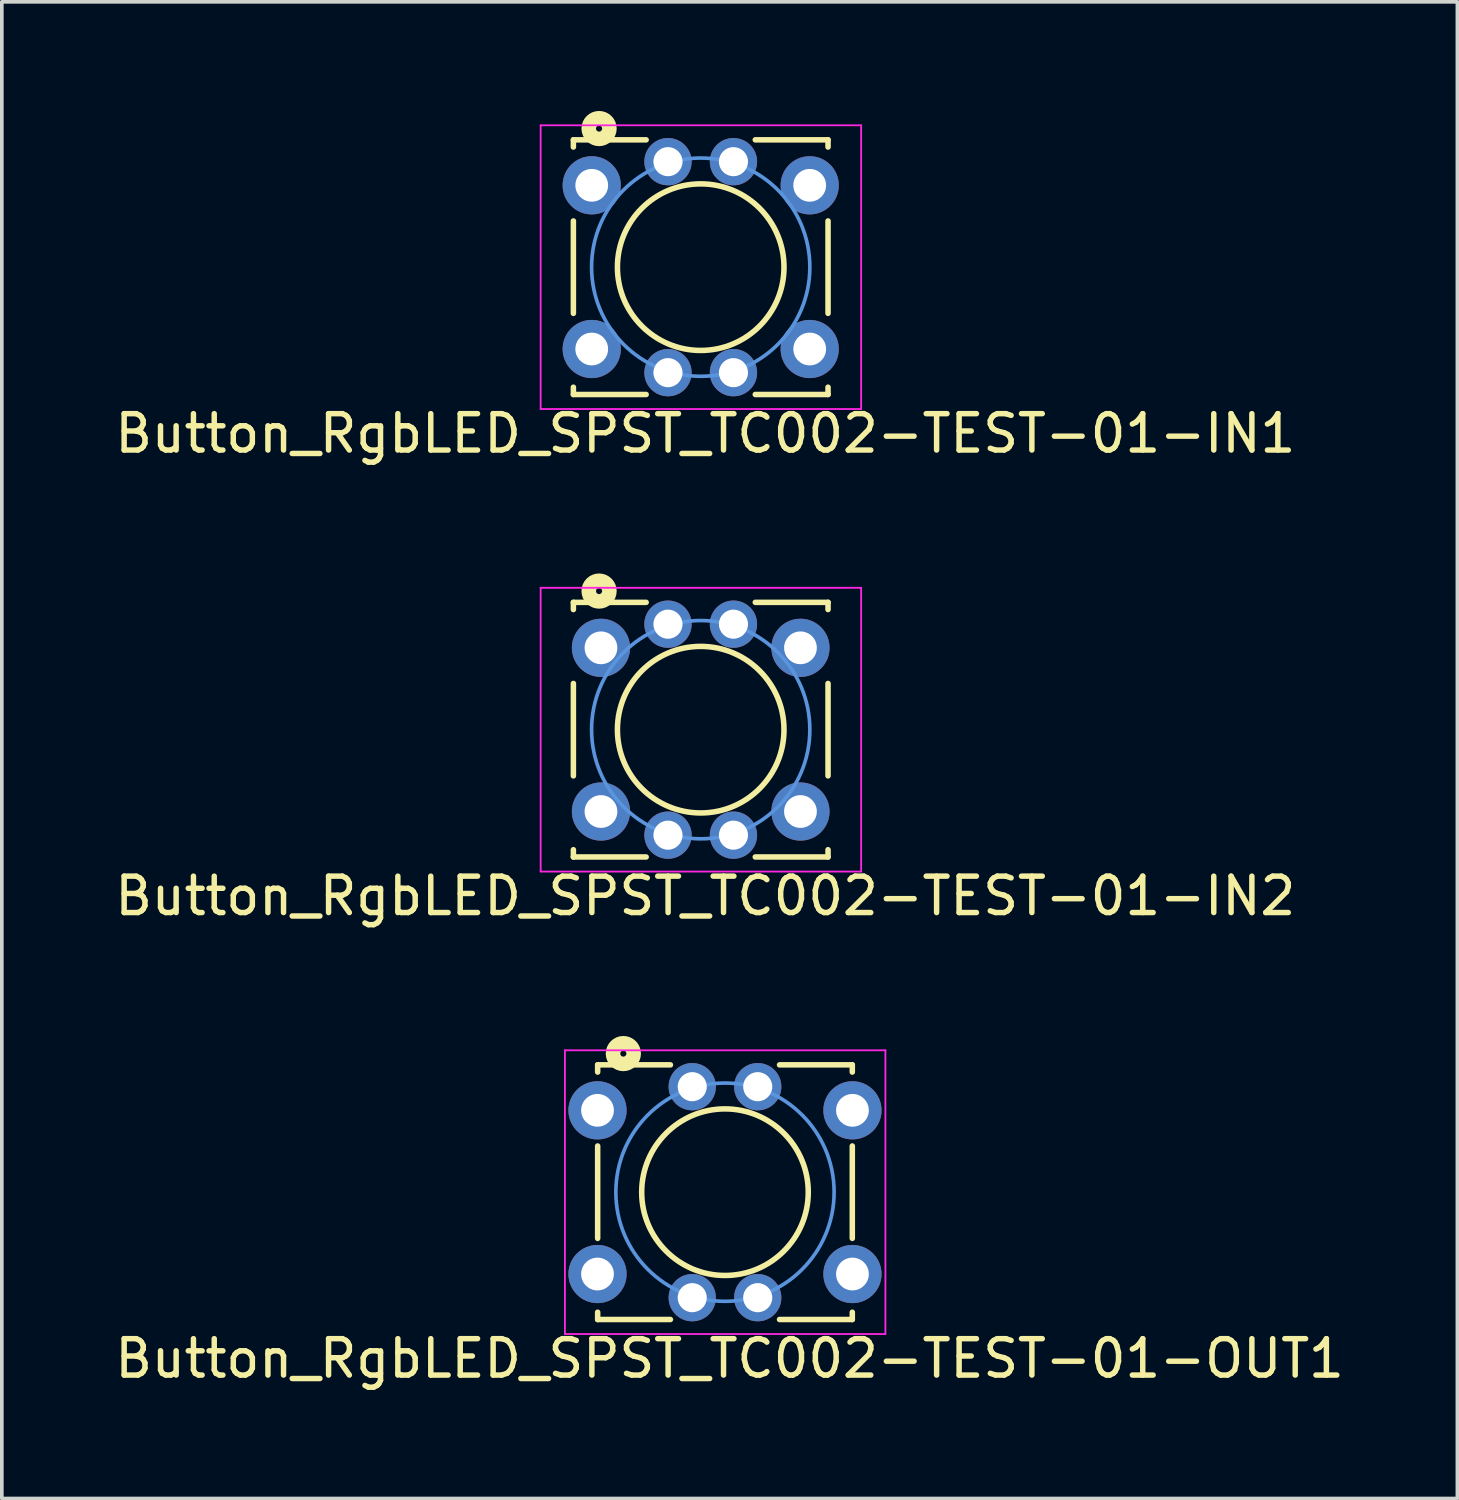
<source format=kicad_pcb>
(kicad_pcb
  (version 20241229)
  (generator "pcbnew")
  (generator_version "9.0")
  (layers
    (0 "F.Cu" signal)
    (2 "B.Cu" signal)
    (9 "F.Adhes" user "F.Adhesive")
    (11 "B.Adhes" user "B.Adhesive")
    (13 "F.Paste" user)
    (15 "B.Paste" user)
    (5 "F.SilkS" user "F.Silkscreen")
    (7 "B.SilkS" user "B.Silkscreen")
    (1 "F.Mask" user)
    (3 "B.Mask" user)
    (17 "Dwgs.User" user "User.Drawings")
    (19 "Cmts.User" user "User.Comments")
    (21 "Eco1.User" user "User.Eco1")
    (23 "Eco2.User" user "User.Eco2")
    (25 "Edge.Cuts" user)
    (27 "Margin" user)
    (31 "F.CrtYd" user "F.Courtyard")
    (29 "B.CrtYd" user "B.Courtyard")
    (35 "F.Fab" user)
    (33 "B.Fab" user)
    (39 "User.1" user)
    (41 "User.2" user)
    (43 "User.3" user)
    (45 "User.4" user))
  (footprint "Button_RgbLED_SPST_TC002-TEST-01-IN1"
    (layer "F.Cu")
    (at 16.212 4.294)
    (property "Reference" "Button_RgbLED_SPST_TC002-TEST-01-IN1" (at 0.127 4.572 0) (layer "F.SilkS") (effects (font (size 1 1) (thickness 0.15))))
    (attr through_hole)
    (fp_line (start -3.5 -3.5) (end -3.5 -3.302) (stroke (width 0.152) (type solid)) (layer "F.SilkS"))
    (fp_line (start -3.5 -1.27) (end -3.5 1.27) (stroke (width 0.152) (type solid)) (layer "F.SilkS"))
    (fp_line (start -3.5 3.5) (end -3.5 3.3) (stroke (width 0.152) (type solid)) (layer "F.SilkS"))
    (fp_line (start -1.5 -3.5) (end -3.5 -3.5) (stroke (width 0.152) (type solid)) (layer "F.SilkS"))
    (fp_line (start -1.5 3.5) (end -3.5 3.5) (stroke (width 0.152) (type solid)) (layer "F.SilkS"))
    (fp_line (start 1.5 -3.5) (end 3.5 -3.5) (stroke (width 0.152) (type solid)) (layer "F.SilkS"))
    (fp_line (start 1.5 3.5) (end 3.5 3.5) (stroke (width 0.152) (type solid)) (layer "F.SilkS"))
    (fp_line (start 3.5 -3.5) (end 3.5 -3.302) (stroke (width 0.152) (type solid)) (layer "F.SilkS"))
    (fp_line (start 3.5 -1.27) (end 3.5 1.27) (stroke (width 0.152) (type solid)) (layer "F.SilkS"))
    (fp_line (start 3.5 3.5) (end 3.5 3.3) (stroke (width 0.152) (type solid)) (layer "F.SilkS"))
    (fp_circle (center -2.794 -3.81) (end -2.921 -4.064) (stroke (width 0.4) (type solid)) (fill no) (layer "F.SilkS"))
    (fp_circle (center 0 0) (end -0.127 -2.286) (stroke (width 0.152) (type solid)) (fill no) (layer "F.SilkS"))
    (fp_circle (center 0 0) (end 3 0) (stroke (width 0.1) (type solid)) (fill no) (layer "Cmts.User"))
    (fp_line (start -4.4 -3.9) (end 4.41 -3.9) (stroke (width 0.05) (type solid)) (layer "F.CrtYd"))
    (fp_line (start -4.4 3.9) (end -4.4 -3.9) (stroke (width 0.05) (type solid)) (layer "F.CrtYd"))
    (fp_line (start 4.41 -3.9) (end 4.41 3.9) (stroke (width 0.05) (type solid)) (layer "F.CrtYd"))
    (fp_line (start 4.41 3.9) (end -4.4 3.9) (stroke (width 0.05) (type solid)) (layer "F.CrtYd"))
    (pad "1" thru_hole circle (at -2.996 -2.25) (size 1.6 1.6) (drill 0.9) (layers "*.Cu" "*.Mask"))
    (pad "2" thru_hole circle (at 2.996 -2.25) (size 1.6 1.6) (drill 0.9) (layers "*.Cu" "*.Mask"))
    (pad "3" thru_hole circle (at -2.996 2.25) (size 1.6 1.6) (drill 0.9) (layers "*.Cu" "*.Mask"))
    (pad "4" thru_hole circle (at 2.996 2.25) (size 1.6 1.6) (drill 0.9) (layers "*.Cu" "*.Mask"))
    (pad "5" thru_hole circle (at -0.9 -2.9) (size 1.3 1.3) (drill 0.8) (layers "*.Cu" "*.Mask"))
    (pad "6" thru_hole circle (at 0.9 -2.9) (size 1.3 1.3) (drill 0.8) (layers "*.Cu" "*.Mask"))
    (pad "7" thru_hole circle (at 0.9 2.9) (size 1.3 1.3) (drill 0.8) (layers "*.Cu" "*.Mask"))
    (pad "8" thru_hole circle (at -0.9 2.9) (size 1.3 1.3) (drill 0.8) (layers "*.Cu" "*.Mask")))
  (footprint "Button_RgbLED_SPST_TC002-TEST-01-OUT1"
    (layer "F.Cu")
    (at 16.879 29.722)
    (property "Reference" "Button_RgbLED_SPST_TC002-TEST-01-OUT1" (at 0.127 4.572 0) (layer "F.SilkS") (effects (font (size 1 1) (thickness 0.15))))
    (attr through_hole)
    (fp_line (start -3.5 -3.5) (end -3.5 -3.302) (stroke (width 0.152) (type solid)) (layer "F.SilkS"))
    (fp_line (start -3.5 -1.27) (end -3.5 1.27) (stroke (width 0.152) (type solid)) (layer "F.SilkS"))
    (fp_line (start -3.5 3.5) (end -3.5 3.3) (stroke (width 0.152) (type solid)) (layer "F.SilkS"))
    (fp_line (start -1.5 -3.5) (end -3.5 -3.5) (stroke (width 0.152) (type solid)) (layer "F.SilkS"))
    (fp_line (start -1.5 3.5) (end -3.5 3.5) (stroke (width 0.152) (type solid)) (layer "F.SilkS"))
    (fp_line (start 1.5 -3.5) (end 3.5 -3.5) (stroke (width 0.152) (type solid)) (layer "F.SilkS"))
    (fp_line (start 1.5 3.5) (end 3.5 3.5) (stroke (width 0.152) (type solid)) (layer "F.SilkS"))
    (fp_line (start 3.5 -3.5) (end 3.5 -3.302) (stroke (width 0.152) (type solid)) (layer "F.SilkS"))
    (fp_line (start 3.5 -1.27) (end 3.5 1.27) (stroke (width 0.152) (type solid)) (layer "F.SilkS"))
    (fp_line (start 3.5 3.5) (end 3.5 3.3) (stroke (width 0.152) (type solid)) (layer "F.SilkS"))
    (fp_circle (center -2.794 -3.81) (end -2.921 -4.064) (stroke (width 0.4) (type solid)) (fill no) (layer "F.SilkS"))
    (fp_circle (center 0 0) (end -0.127 -2.286) (stroke (width 0.152) (type solid)) (fill no) (layer "F.SilkS"))
    (fp_circle (center 0 0) (end 3 0) (stroke (width 0.1) (type solid)) (fill no) (layer "Cmts.User"))
    (fp_line (start -4.4 -3.9) (end 4.41 -3.9) (stroke (width 0.05) (type solid)) (layer "F.CrtYd"))
    (fp_line (start -4.4 3.9) (end -4.4 -3.9) (stroke (width 0.05) (type solid)) (layer "F.CrtYd"))
    (fp_line (start 4.41 -3.9) (end 4.41 3.9) (stroke (width 0.05) (type solid)) (layer "F.CrtYd"))
    (fp_line (start 4.41 3.9) (end -4.4 3.9) (stroke (width 0.05) (type solid)) (layer "F.CrtYd"))
    (pad "1" thru_hole circle (at -3.504 -2.25) (size 1.6 1.6) (drill 0.9) (layers "*.Cu" "*.Mask"))
    (pad "2" thru_hole circle (at 3.504 -2.25) (size 1.6 1.6) (drill 0.9) (layers "*.Cu" "*.Mask"))
    (pad "3" thru_hole circle (at -3.504 2.25) (size 1.6 1.6) (drill 0.9) (layers "*.Cu" "*.Mask"))
    (pad "4" thru_hole circle (at 3.504 2.25) (size 1.6 1.6) (drill 0.9) (layers "*.Cu" "*.Mask"))
    (pad "5" thru_hole circle (at -0.9 -2.9) (size 1.3 1.3) (drill 0.8) (layers "*.Cu" "*.Mask"))
    (pad "6" thru_hole circle (at 0.9 -2.9) (size 1.3 1.3) (drill 0.8) (layers "*.Cu" "*.Mask"))
    (pad "7" thru_hole circle (at 0.9 2.9) (size 1.3 1.3) (drill 0.8) (layers "*.Cu" "*.Mask"))
    (pad "8" thru_hole circle (at -0.9 2.9) (size 1.3 1.3) (drill 0.8) (layers "*.Cu" "*.Mask")))
  (footprint "Button_RgbLED_SPST_TC002-TEST-01-IN2"
    (layer "F.Cu")
    (at 16.212 17.008)
    (property "Reference" "Button_RgbLED_SPST_TC002-TEST-01-IN2" (at 0.127 4.572 0) (layer "F.SilkS") (effects (font (size 1 1) (thickness 0.15))))
    (attr through_hole)
    (fp_line (start -3.5 -3.5) (end -3.5 -3.302) (stroke (width 0.152) (type solid)) (layer "F.SilkS"))
    (fp_line (start -3.5 -1.27) (end -3.5 1.27) (stroke (width 0.152) (type solid)) (layer "F.SilkS"))
    (fp_line (start -3.5 3.5) (end -3.5 3.3) (stroke (width 0.152) (type solid)) (layer "F.SilkS"))
    (fp_line (start -1.5 -3.5) (end -3.5 -3.5) (stroke (width 0.152) (type solid)) (layer "F.SilkS"))
    (fp_line (start -1.5 3.5) (end -3.5 3.5) (stroke (width 0.152) (type solid)) (layer "F.SilkS"))
    (fp_line (start 1.5 -3.5) (end 3.5 -3.5) (stroke (width 0.152) (type solid)) (layer "F.SilkS"))
    (fp_line (start 1.5 3.5) (end 3.5 3.5) (stroke (width 0.152) (type solid)) (layer "F.SilkS"))
    (fp_line (start 3.5 -3.5) (end 3.5 -3.302) (stroke (width 0.152) (type solid)) (layer "F.SilkS"))
    (fp_line (start 3.5 -1.27) (end 3.5 1.27) (stroke (width 0.152) (type solid)) (layer "F.SilkS"))
    (fp_line (start 3.5 3.5) (end 3.5 3.3) (stroke (width 0.152) (type solid)) (layer "F.SilkS"))
    (fp_circle (center -2.794 -3.81) (end -2.921 -4.064) (stroke (width 0.4) (type solid)) (fill no) (layer "F.SilkS"))
    (fp_circle (center 0 0) (end -0.127 -2.286) (stroke (width 0.152) (type solid)) (fill no) (layer "F.SilkS"))
    (fp_circle (center 0 0) (end 3 0) (stroke (width 0.1) (type solid)) (fill no) (layer "Cmts.User"))
    (fp_line (start -4.4 -3.9) (end 4.41 -3.9) (stroke (width 0.05) (type solid)) (layer "F.CrtYd"))
    (fp_line (start -4.4 3.9) (end -4.4 -3.9) (stroke (width 0.05) (type solid)) (layer "F.CrtYd"))
    (fp_line (start 4.41 -3.9) (end 4.41 3.9) (stroke (width 0.05) (type solid)) (layer "F.CrtYd"))
    (fp_line (start 4.41 3.9) (end -4.4 3.9) (stroke (width 0.05) (type solid)) (layer "F.CrtYd"))
    (pad "1" thru_hole circle (at -2.742 -2.25) (size 1.6 1.6) (drill 0.9) (layers "*.Cu" "*.Mask"))
    (pad "2" thru_hole circle (at 2.742 -2.25) (size 1.6 1.6) (drill 0.9) (layers "*.Cu" "*.Mask"))
    (pad "3" thru_hole circle (at -2.742 2.25) (size 1.6 1.6) (drill 0.9) (layers "*.Cu" "*.Mask"))
    (pad "4" thru_hole circle (at 2.742 2.25) (size 1.6 1.6) (drill 0.9) (layers "*.Cu" "*.Mask"))
    (pad "5" thru_hole circle (at -0.9 -2.9) (size 1.3 1.3) (drill 0.8) (layers "*.Cu" "*.Mask"))
    (pad "6" thru_hole circle (at 0.9 -2.9) (size 1.3 1.3) (drill 0.8) (layers "*.Cu" "*.Mask"))
    (pad "7" thru_hole circle (at 0.9 2.9) (size 1.3 1.3) (drill 0.8) (layers "*.Cu" "*.Mask"))
    (pad "8" thru_hole circle (at -0.9 2.9) (size 1.3 1.3) (drill 0.8) (layers "*.Cu" "*.Mask")))
  (gr_rect
    (start -3 -3)
    (end 37.012 38.143)
    (stroke (width 0.1) (type default))
    (fill no)
    (layer "Edge.Cuts")))
</source>
